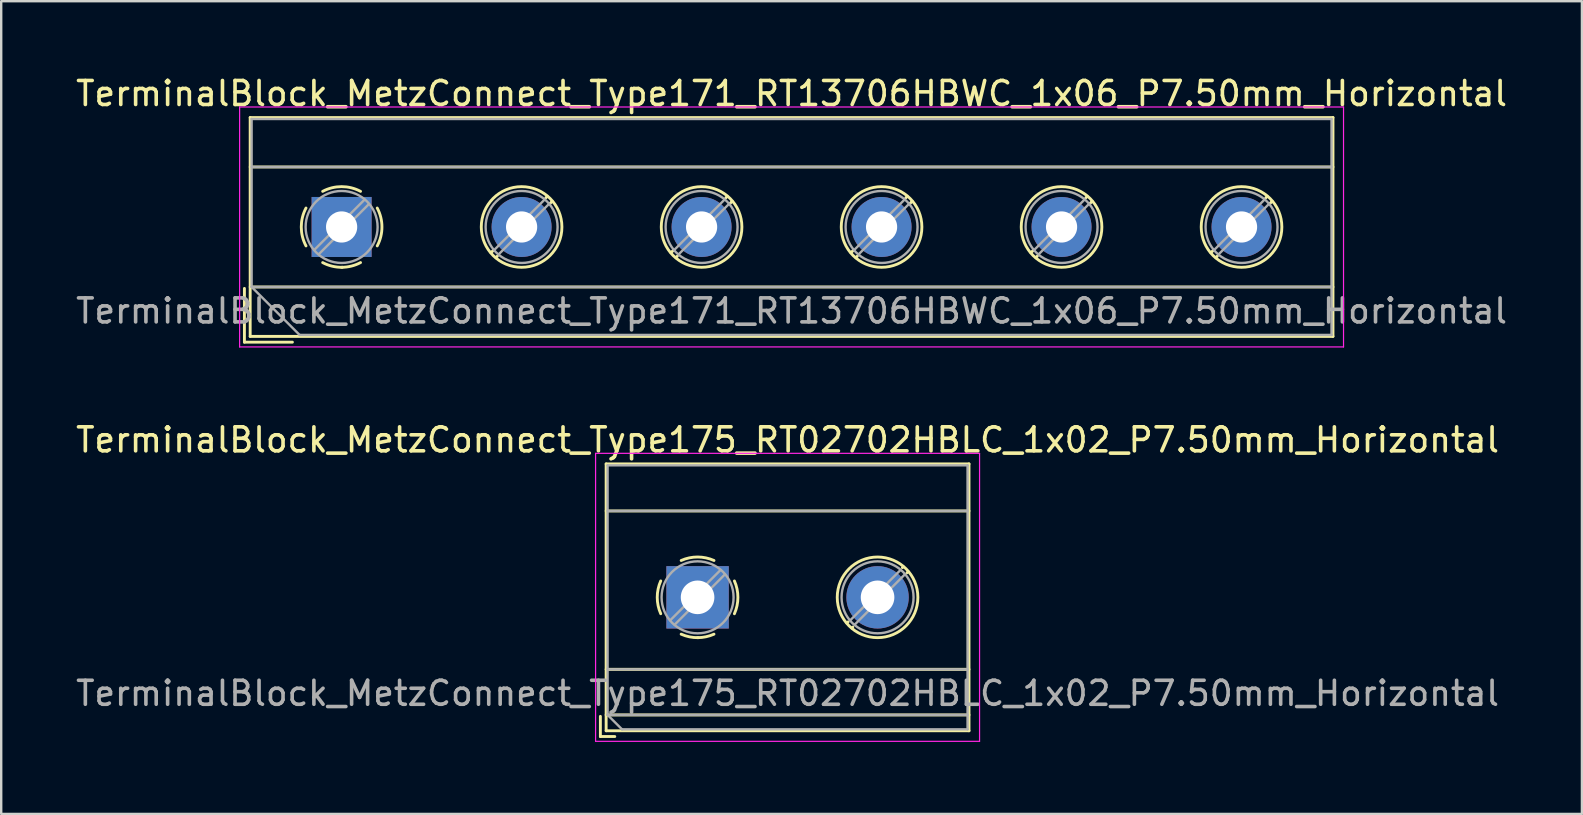
<source format=kicad_pcb>
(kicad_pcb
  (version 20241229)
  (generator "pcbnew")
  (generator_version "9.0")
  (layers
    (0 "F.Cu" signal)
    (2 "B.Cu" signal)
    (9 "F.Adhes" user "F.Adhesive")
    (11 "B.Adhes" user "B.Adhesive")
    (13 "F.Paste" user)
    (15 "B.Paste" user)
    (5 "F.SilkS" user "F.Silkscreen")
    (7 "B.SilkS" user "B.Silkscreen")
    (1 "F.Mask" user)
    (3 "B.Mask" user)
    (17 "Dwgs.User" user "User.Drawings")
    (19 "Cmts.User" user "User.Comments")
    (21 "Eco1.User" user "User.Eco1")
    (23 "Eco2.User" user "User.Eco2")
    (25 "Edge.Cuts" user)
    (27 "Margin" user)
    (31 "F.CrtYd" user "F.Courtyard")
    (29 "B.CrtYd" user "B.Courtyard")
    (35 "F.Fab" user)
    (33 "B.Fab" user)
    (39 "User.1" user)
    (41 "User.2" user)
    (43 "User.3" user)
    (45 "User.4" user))
  (footprint "TerminalBlock_MetzConnect_Type175_RT02702HBLC_1x02_P7.50mm_Horizontal"
    (layer "F.Cu")
    (at 26.018 21.841)
    (property "Reference" "TerminalBlock_MetzConnect_Type175_RT02702HBLC_1x02_P7.50mm_Horizontal" (at 3.75 -6.56 0) (layer "F.SilkS") (effects (font (size 1 1) (thickness 0.15))))
    (attr through_hole)
    (fp_line (start -4.05 4.96) (end -4.05 5.8) (stroke (width 0.12) (type solid)) (layer "F.SilkS"))
    (fp_line (start -4.05 5.8) (end -3.45 5.8) (stroke (width 0.12) (type solid)) (layer "F.SilkS"))
    (fp_line (start -3.81 -5.56) (end -3.81 5.56) (stroke (width 0.12) (type solid)) (layer "F.SilkS"))
    (fp_line (start -3.81 -5.56) (end 11.31 -5.56) (stroke (width 0.12) (type solid)) (layer "F.SilkS"))
    (fp_line (start -3.81 -3.6) (end 11.31 -3.6) (stroke (width 0.12) (type solid)) (layer "F.SilkS"))
    (fp_line (start -3.81 3) (end 11.31 3) (stroke (width 0.12) (type solid)) (layer "F.SilkS"))
    (fp_line (start -3.81 4.9) (end 11.31 4.9) (stroke (width 0.12) (type solid)) (layer "F.SilkS"))
    (fp_line (start -3.81 5.56) (end 11.31 5.56) (stroke (width 0.12) (type solid)) (layer "F.SilkS"))
    (fp_line (start 6.273 1.023) (end 6.226 1.069) (stroke (width 0.12) (type solid)) (layer "F.SilkS"))
    (fp_line (start 6.466 1.239) (end 6.431 1.274) (stroke (width 0.12) (type solid)) (layer "F.SilkS"))
    (fp_line (start 8.57 -1.275) (end 8.535 -1.239) (stroke (width 0.12) (type solid)) (layer "F.SilkS"))
    (fp_line (start 8.775 -1.069) (end 8.728 -1.023) (stroke (width 0.12) (type solid)) (layer "F.SilkS"))
    (fp_line (start 11.31 -5.56) (end 11.31 5.56) (stroke (width 0.12) (type solid)) (layer "F.SilkS"))
    (fp_arc (start -1.535427 0.683042) (mid -1.680501 -0.000524) (end -1.535 -0.684) (stroke (width 0.12) (type solid)) (layer "F.SilkS"))
    (fp_arc (start -0.683042 -1.535427) (mid 0.000524 -1.680501) (end 0.684 -1.535) (stroke (width 0.12) (type solid)) (layer "F.SilkS"))
    (fp_arc (start 0.028805 1.680253) (mid -0.335551 1.646659) (end -0.684 1.535) (stroke (width 0.12) (type solid)) (layer "F.SilkS"))
    (fp_arc (start 0.683318 1.534756) (mid 0.349292 1.643288) (end 0 1.68) (stroke (width 0.12) (type solid)) (layer "F.SilkS"))
    (fp_arc (start 1.535427 -0.683042) (mid 1.680501 0.000524) (end 1.535 0.684) (stroke (width 0.12) (type solid)) (layer "F.SilkS"))
    (fp_circle (center 7.5 0) (end 9.18 0) (stroke (width 0.12) (type solid)) (fill no) (layer "F.SilkS"))
    (fp_line (start -4.25 -6) (end -4.25 6) (stroke (width 0.05) (type solid)) (layer "F.CrtYd"))
    (fp_line (start -4.25 6) (end 11.75 6) (stroke (width 0.05) (type solid)) (layer "F.CrtYd"))
    (fp_line (start 11.75 -6) (end -4.25 -6) (stroke (width 0.05) (type solid)) (layer "F.CrtYd"))
    (fp_line (start 11.75 6) (end 11.75 -6) (stroke (width 0.05) (type solid)) (layer "F.CrtYd"))
    (fp_line (start -3.75 -5.5) (end 11.25 -5.5) (stroke (width 0.1) (type solid)) (layer "F.Fab"))
    (fp_line (start -3.75 -3.6) (end 11.25 -3.6) (stroke (width 0.1) (type solid)) (layer "F.Fab"))
    (fp_line (start -3.75 3) (end 11.25 3) (stroke (width 0.1) (type solid)) (layer "F.Fab"))
    (fp_line (start -3.75 4.9) (end -3.75 -5.5) (stroke (width 0.1) (type solid)) (layer "F.Fab"))
    (fp_line (start -3.75 4.9) (end 11.25 4.9) (stroke (width 0.1) (type solid)) (layer "F.Fab"))
    (fp_line (start -3.15 5.5) (end -3.75 4.9) (stroke (width 0.1) (type solid)) (layer "F.Fab"))
    (fp_line (start 0.955 -1.138) (end -1.138 0.955) (stroke (width 0.1) (type solid)) (layer "F.Fab"))
    (fp_line (start 1.138 -0.955) (end -0.955 1.138) (stroke (width 0.1) (type solid)) (layer "F.Fab"))
    (fp_line (start 8.455 -1.138) (end 6.363 0.955) (stroke (width 0.1) (type solid)) (layer "F.Fab"))
    (fp_line (start 8.638 -0.955) (end 6.546 1.138) (stroke (width 0.1) (type solid)) (layer "F.Fab"))
    (fp_line (start 11.25 -5.5) (end 11.25 5.5) (stroke (width 0.1) (type solid)) (layer "F.Fab"))
    (fp_line (start 11.25 5.5) (end -3.15 5.5) (stroke (width 0.1) (type solid)) (layer "F.Fab"))
    (fp_circle (center 0 0) (end 1.5 0) (stroke (width 0.1) (type solid)) (fill no) (layer "F.Fab"))
    (fp_circle (center 7.5 0) (end 9 0) (stroke (width 0.1) (type solid)) (fill no) (layer "F.Fab"))
    (fp_text user "${REFERENCE}" (at 3.75 4 0) (layer "F.Fab") (effects (font (size 1 1) (thickness 0.15))))
    (pad "1" thru_hole rect (at 0 0) (size 2.6 2.6) (drill 1.4) (layers "*.Cu" "*.Mask"))
    (pad "2" thru_hole circle (at 7.5 0) (size 2.6 2.6) (drill 1.4) (layers "*.Cu" "*.Mask")))
  (footprint "TerminalBlock_MetzConnect_Type171_RT13706HBWC_1x06_P7.50mm_Horizontal"
    (layer "F.Cu")
    (at 11.185 6.408)
    (property "Reference" "TerminalBlock_MetzConnect_Type171_RT13706HBWC_1x06_P7.50mm_Horizontal" (at 18.75 -5.56 0) (layer "F.SilkS") (effects (font (size 1 1) (thickness 0.15))))
    (attr through_hole)
    (fp_line (start -4.05 2.56) (end -4.05 4.8) (stroke (width 0.12) (type solid)) (layer "F.SilkS"))
    (fp_line (start -4.05 4.8) (end -2.05 4.8) (stroke (width 0.12) (type solid)) (layer "F.SilkS"))
    (fp_line (start -3.81 -4.56) (end -3.81 4.56) (stroke (width 0.12) (type solid)) (layer "F.SilkS"))
    (fp_line (start -3.81 -4.56) (end 41.31 -4.56) (stroke (width 0.12) (type solid)) (layer "F.SilkS"))
    (fp_line (start -3.81 -2.5) (end 41.31 -2.5) (stroke (width 0.12) (type solid)) (layer "F.SilkS"))
    (fp_line (start -3.81 2.5) (end 41.31 2.5) (stroke (width 0.12) (type solid)) (layer "F.SilkS"))
    (fp_line (start -3.81 4.56) (end 41.31 4.56) (stroke (width 0.12) (type solid)) (layer "F.SilkS"))
    (fp_line (start 6.32 0.976) (end 6.226 1.069) (stroke (width 0.12) (type solid)) (layer "F.SilkS"))
    (fp_line (start 6.49 1.216) (end 6.431 1.274) (stroke (width 0.12) (type solid)) (layer "F.SilkS"))
    (fp_line (start 8.57 -1.275) (end 8.511 -1.216) (stroke (width 0.12) (type solid)) (layer "F.SilkS"))
    (fp_line (start 8.775 -1.069) (end 8.681 -0.976) (stroke (width 0.12) (type solid)) (layer "F.SilkS"))
    (fp_line (start 13.82 0.976) (end 13.726 1.069) (stroke (width 0.12) (type solid)) (layer "F.SilkS"))
    (fp_line (start 13.99 1.216) (end 13.931 1.274) (stroke (width 0.12) (type solid)) (layer "F.SilkS"))
    (fp_line (start 16.07 -1.275) (end 16.011 -1.216) (stroke (width 0.12) (type solid)) (layer "F.SilkS"))
    (fp_line (start 16.275 -1.069) (end 16.181 -0.976) (stroke (width 0.12) (type solid)) (layer "F.SilkS"))
    (fp_line (start 21.32 0.976) (end 21.226 1.069) (stroke (width 0.12) (type solid)) (layer "F.SilkS"))
    (fp_line (start 21.49 1.216) (end 21.431 1.274) (stroke (width 0.12) (type solid)) (layer "F.SilkS"))
    (fp_line (start 23.57 -1.275) (end 23.511 -1.216) (stroke (width 0.12) (type solid)) (layer "F.SilkS"))
    (fp_line (start 23.775 -1.069) (end 23.681 -0.976) (stroke (width 0.12) (type solid)) (layer "F.SilkS"))
    (fp_line (start 28.82 0.976) (end 28.726 1.069) (stroke (width 0.12) (type solid)) (layer "F.SilkS"))
    (fp_line (start 28.99 1.216) (end 28.931 1.274) (stroke (width 0.12) (type solid)) (layer "F.SilkS"))
    (fp_line (start 31.07 -1.275) (end 31.011 -1.216) (stroke (width 0.12) (type solid)) (layer "F.SilkS"))
    (fp_line (start 31.275 -1.069) (end 31.181 -0.976) (stroke (width 0.12) (type solid)) (layer "F.SilkS"))
    (fp_line (start 36.32 0.976) (end 36.226 1.069) (stroke (width 0.12) (type solid)) (layer "F.SilkS"))
    (fp_line (start 36.49 1.216) (end 36.431 1.274) (stroke (width 0.12) (type solid)) (layer "F.SilkS"))
    (fp_line (start 38.57 -1.275) (end 38.511 -1.216) (stroke (width 0.12) (type solid)) (layer "F.SilkS"))
    (fp_line (start 38.775 -1.069) (end 38.681 -0.976) (stroke (width 0.12) (type solid)) (layer "F.SilkS"))
    (fp_line (start 41.31 -4.56) (end 41.31 4.56) (stroke (width 0.12) (type solid)) (layer "F.SilkS"))
    (fp_arc (start -1.483953 0.789089) (mid -1.680708 0.00005) (end -1.484 -0.789) (stroke (width 0.12) (type solid)) (layer "F.SilkS"))
    (fp_arc (start -0.789089 -1.483953) (mid -0.00005 -1.680708) (end 0.789 -1.484) (stroke (width 0.12) (type solid)) (layer "F.SilkS"))
    (fp_arc (start 0.029383 1.68045) (mid -0.392304 1.634281) (end -0.789 1.484) (stroke (width 0.12) (type solid)) (layer "F.SilkS"))
    (fp_arc (start 0.788712 1.483352) (mid 0.406429 1.630097) (end 0 1.68) (stroke (width 0.12) (type solid)) (layer "F.SilkS"))
    (fp_arc (start 1.483953 -0.789089) (mid 1.680708 -0.00005) (end 1.484 0.789) (stroke (width 0.12) (type solid)) (layer "F.SilkS"))
    (fp_circle (center 7.5 0) (end 9.18 0) (stroke (width 0.12) (type solid)) (fill no) (layer "F.SilkS"))
    (fp_circle (center 15 0) (end 16.68 0) (stroke (width 0.12) (type solid)) (fill no) (layer "F.SilkS"))
    (fp_circle (center 22.5 0) (end 24.18 0) (stroke (width 0.12) (type solid)) (fill no) (layer "F.SilkS"))
    (fp_circle (center 30 0) (end 31.68 0) (stroke (width 0.12) (type solid)) (fill no) (layer "F.SilkS"))
    (fp_circle (center 37.5 0) (end 39.18 0) (stroke (width 0.12) (type solid)) (fill no) (layer "F.SilkS"))
    (fp_line (start -4.25 -5) (end -4.25 5) (stroke (width 0.05) (type solid)) (layer "F.CrtYd"))
    (fp_line (start -4.25 5) (end 41.75 5) (stroke (width 0.05) (type solid)) (layer "F.CrtYd"))
    (fp_line (start 41.75 -5) (end -4.25 -5) (stroke (width 0.05) (type solid)) (layer "F.CrtYd"))
    (fp_line (start 41.75 5) (end 41.75 -5) (stroke (width 0.05) (type solid)) (layer "F.CrtYd"))
    (fp_line (start -3.75 -4.5) (end 41.25 -4.5) (stroke (width 0.1) (type solid)) (layer "F.Fab"))
    (fp_line (start -3.75 -2.5) (end 41.25 -2.5) (stroke (width 0.1) (type solid)) (layer "F.Fab"))
    (fp_line (start -3.75 2.5) (end -3.75 -4.5) (stroke (width 0.1) (type solid)) (layer "F.Fab"))
    (fp_line (start -3.75 2.5) (end 41.25 2.5) (stroke (width 0.1) (type solid)) (layer "F.Fab"))
    (fp_line (start -1.75 4.5) (end -3.75 2.5) (stroke (width 0.1) (type solid)) (layer "F.Fab"))
    (fp_line (start 0.955 -1.138) (end -1.138 0.955) (stroke (width 0.1) (type solid)) (layer "F.Fab"))
    (fp_line (start 1.138 -0.955) (end -0.955 1.138) (stroke (width 0.1) (type solid)) (layer "F.Fab"))
    (fp_line (start 8.455 -1.138) (end 6.363 0.955) (stroke (width 0.1) (type solid)) (layer "F.Fab"))
    (fp_line (start 8.638 -0.955) (end 6.546 1.138) (stroke (width 0.1) (type solid)) (layer "F.Fab"))
    (fp_line (start 15.955 -1.138) (end 13.863 0.955) (stroke (width 0.1) (type solid)) (layer "F.Fab"))
    (fp_line (start 16.138 -0.955) (end 14.046 1.138) (stroke (width 0.1) (type solid)) (layer "F.Fab"))
    (fp_line (start 23.455 -1.138) (end 21.363 0.955) (stroke (width 0.1) (type solid)) (layer "F.Fab"))
    (fp_line (start 23.638 -0.955) (end 21.546 1.138) (stroke (width 0.1) (type solid)) (layer "F.Fab"))
    (fp_line (start 30.955 -1.138) (end 28.863 0.955) (stroke (width 0.1) (type solid)) (layer "F.Fab"))
    (fp_line (start 31.138 -0.955) (end 29.046 1.138) (stroke (width 0.1) (type solid)) (layer "F.Fab"))
    (fp_line (start 38.455 -1.138) (end 36.363 0.955) (stroke (width 0.1) (type solid)) (layer "F.Fab"))
    (fp_line (start 38.638 -0.955) (end 36.546 1.138) (stroke (width 0.1) (type solid)) (layer "F.Fab"))
    (fp_line (start 41.25 -4.5) (end 41.25 4.5) (stroke (width 0.1) (type solid)) (layer "F.Fab"))
    (fp_line (start 41.25 4.5) (end -1.75 4.5) (stroke (width 0.1) (type solid)) (layer "F.Fab"))
    (fp_circle (center 0 0) (end 1.5 0) (stroke (width 0.1) (type solid)) (fill no) (layer "F.Fab"))
    (fp_circle (center 7.5 0) (end 9 0) (stroke (width 0.1) (type solid)) (fill no) (layer "F.Fab"))
    (fp_circle (center 15 0) (end 16.5 0) (stroke (width 0.1) (type solid)) (fill no) (layer "F.Fab"))
    (fp_circle (center 22.5 0) (end 24 0) (stroke (width 0.1) (type solid)) (fill no) (layer "F.Fab"))
    (fp_circle (center 30 0) (end 31.5 0) (stroke (width 0.1) (type solid)) (fill no) (layer "F.Fab"))
    (fp_circle (center 37.5 0) (end 39 0) (stroke (width 0.1) (type solid)) (fill no) (layer "F.Fab"))
    (fp_text user "${REFERENCE}" (at 18.75 3.5 0) (layer "F.Fab") (effects (font (size 1 1) (thickness 0.15))))
    (pad "1" thru_hole rect (at 0 0) (size 2.5 2.5) (drill 1.3) (layers "*.Cu" "*.Mask"))
    (pad "2" thru_hole circle (at 7.5 0) (size 2.5 2.5) (drill 1.3) (layers "*.Cu" "*.Mask"))
    (pad "3" thru_hole circle (at 15 0) (size 2.5 2.5) (drill 1.3) (layers "*.Cu" "*.Mask"))
    (pad "4" thru_hole circle (at 22.5 0) (size 2.5 2.5) (drill 1.3) (layers "*.Cu" "*.Mask"))
    (pad "5" thru_hole circle (at 30 0) (size 2.5 2.5) (drill 1.3) (layers "*.Cu" "*.Mask"))
    (pad "6" thru_hole circle (at 37.5 0) (size 2.5 2.5) (drill 1.3) (layers "*.Cu" "*.Mask")))
  (gr_rect
    (start -3 -3)
    (end 62.869 30.866)
    (stroke (width 0.1) (type default))
    (fill no)
    (layer "Edge.Cuts")))
</source>
